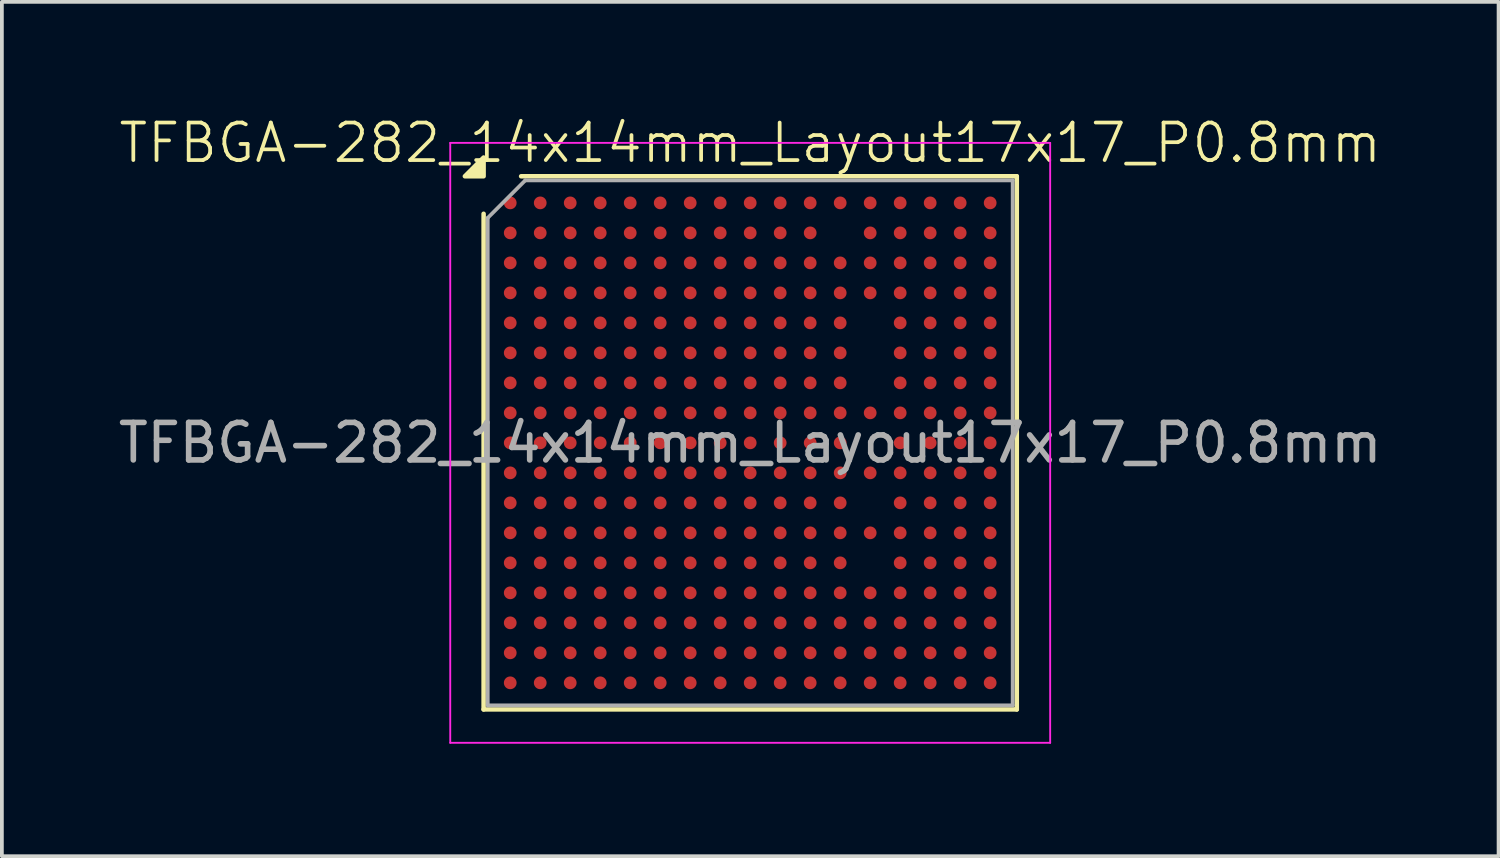
<source format=kicad_pcb>
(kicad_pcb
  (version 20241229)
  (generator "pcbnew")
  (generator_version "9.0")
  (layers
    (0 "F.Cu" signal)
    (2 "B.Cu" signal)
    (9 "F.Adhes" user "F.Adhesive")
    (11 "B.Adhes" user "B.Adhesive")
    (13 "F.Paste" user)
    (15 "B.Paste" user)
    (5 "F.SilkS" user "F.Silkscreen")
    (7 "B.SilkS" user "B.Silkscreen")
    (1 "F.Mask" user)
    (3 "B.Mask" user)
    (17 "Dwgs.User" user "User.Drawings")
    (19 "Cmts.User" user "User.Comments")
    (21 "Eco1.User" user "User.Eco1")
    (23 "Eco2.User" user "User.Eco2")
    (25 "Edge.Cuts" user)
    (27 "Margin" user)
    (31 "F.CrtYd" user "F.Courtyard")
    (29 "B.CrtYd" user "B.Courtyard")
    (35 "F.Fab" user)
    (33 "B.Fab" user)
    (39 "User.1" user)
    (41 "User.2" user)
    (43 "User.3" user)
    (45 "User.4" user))
  (footprint "TFBGA-282_14x14mm_Layout17x17_P0.8mm"
    (layer "F.Cu")
    (at 16.958 8.761)
    (property "Reference" "TFBGA-282_14x14mm_Layout17x17_P0.8mm" (at 0 -8 0) (unlocked yes) (layer "F.SilkS") (effects (font (size 1 1) (thickness 0.1))))
    (attr smd)
    (fp_line (start -7.11 7.11) (end -7.11 -6.11) (stroke (width 0.12) (type solid)) (layer "F.SilkS"))
    (fp_line (start -6.11 -7.11) (end 7.11 -7.11) (stroke (width 0.12) (type solid)) (layer "F.SilkS"))
    (fp_line (start 7.11 -7.11) (end 7.11 7.11) (stroke (width 0.12) (type solid)) (layer "F.SilkS"))
    (fp_line (start 7.11 7.11) (end -7.11 7.11) (stroke (width 0.12) (type solid)) (layer "F.SilkS"))
    (fp_poly (pts (xy -7.11 -7.11) (xy -7.61 -7.11) (xy -7.11 -7.61)) (stroke (width 0.12) (type solid)) (fill yes) (layer "F.SilkS"))
    (fp_line (start -8 -8) (end -8 8) (stroke (width 0.05) (type solid)) (layer "F.CrtYd"))
    (fp_line (start -8 8) (end 8 8) (stroke (width 0.05) (type solid)) (layer "F.CrtYd"))
    (fp_line (start 8 -8) (end -8 -8) (stroke (width 0.05) (type solid)) (layer "F.CrtYd"))
    (fp_line (start 8 8) (end 8 -8) (stroke (width 0.05) (type solid)) (layer "F.CrtYd"))
    (fp_line (start -7 -6) (end -6 -7) (stroke (width 0.1) (type solid)) (layer "F.Fab"))
    (fp_line (start -7 7) (end -7 -6) (stroke (width 0.1) (type solid)) (layer "F.Fab"))
    (fp_line (start -6 -7) (end 7 -7) (stroke (width 0.1) (type solid)) (layer "F.Fab"))
    (fp_line (start 7 -7) (end 7 7) (stroke (width 0.1) (type solid)) (layer "F.Fab"))
    (fp_line (start 7 7) (end -7 7) (stroke (width 0.1) (type solid)) (layer "F.Fab"))
    (fp_text user "${REFERENCE}" (at 0 0 0) (unlocked yes) (layer "F.Fab") (effects (font (size 1 1) (thickness 0.15))))
    (pad "A1" smd circle (at -6.4 -6.4) (size 0.34 0.34) (property pad_prop_bga) (layers "F.Cu" "F.Mask" "F.Paste"))
    (pad "A2" smd circle (at -5.6 -6.4) (size 0.34 0.34) (property pad_prop_bga) (layers "F.Cu" "F.Mask" "F.Paste"))
    (pad "A3" smd circle (at -4.8 -6.4) (size 0.34 0.34) (property pad_prop_bga) (layers "F.Cu" "F.Mask" "F.Paste"))
    (pad "A4" smd circle (at -4 -6.4) (size 0.34 0.34) (property pad_prop_bga) (layers "F.Cu" "F.Mask" "F.Paste"))
    (pad "A5" smd circle (at -3.2 -6.4) (size 0.34 0.34) (property pad_prop_bga) (layers "F.Cu" "F.Mask" "F.Paste"))
    (pad "A6" smd circle (at -2.4 -6.4) (size 0.34 0.34) (property pad_prop_bga) (layers "F.Cu" "F.Mask" "F.Paste"))
    (pad "A7" smd circle (at -1.6 -6.4) (size 0.34 0.34) (property pad_prop_bga) (layers "F.Cu" "F.Mask" "F.Paste"))
    (pad "A8" smd circle (at -0.8 -6.4) (size 0.34 0.34) (property pad_prop_bga) (layers "F.Cu" "F.Mask" "F.Paste"))
    (pad "A9" smd circle (at 0 -6.4) (size 0.34 0.34) (property pad_prop_bga) (layers "F.Cu" "F.Mask" "F.Paste"))
    (pad "A10" smd circle (at 0.8 -6.4) (size 0.34 0.34) (property pad_prop_bga) (layers "F.Cu" "F.Mask" "F.Paste"))
    (pad "A11" smd circle (at 1.6 -6.4) (size 0.34 0.34) (property pad_prop_bga) (layers "F.Cu" "F.Mask" "F.Paste"))
    (pad "A12" smd circle (at 2.4 -6.4) (size 0.34 0.34) (property pad_prop_bga) (layers "F.Cu" "F.Mask" "F.Paste"))
    (pad "A13" smd circle (at 3.2 -6.4) (size 0.34 0.34) (property pad_prop_bga) (layers "F.Cu" "F.Mask" "F.Paste"))
    (pad "A14" smd circle (at 4 -6.4) (size 0.34 0.34) (property pad_prop_bga) (layers "F.Cu" "F.Mask" "F.Paste"))
    (pad "A15" smd circle (at 4.8 -6.4) (size 0.34 0.34) (property pad_prop_bga) (layers "F.Cu" "F.Mask" "F.Paste"))
    (pad "A16" smd circle (at 5.6 -6.4) (size 0.34 0.34) (property pad_prop_bga) (layers "F.Cu" "F.Mask" "F.Paste"))
    (pad "A17" smd circle (at 6.4 -6.4) (size 0.34 0.34) (property pad_prop_bga) (layers "F.Cu" "F.Mask" "F.Paste"))
    (pad "B1" smd circle (at -6.4 -5.6) (size 0.34 0.34) (property pad_prop_bga) (layers "F.Cu" "F.Mask" "F.Paste"))
    (pad "B2" smd circle (at -5.6 -5.6) (size 0.34 0.34) (property pad_prop_bga) (layers "F.Cu" "F.Mask" "F.Paste"))
    (pad "B3" smd circle (at -4.8 -5.6) (size 0.34 0.34) (property pad_prop_bga) (layers "F.Cu" "F.Mask" "F.Paste"))
    (pad "B4" smd circle (at -4 -5.6) (size 0.34 0.34) (property pad_prop_bga) (layers "F.Cu" "F.Mask" "F.Paste"))
    (pad "B5" smd circle (at -3.2 -5.6) (size 0.34 0.34) (property pad_prop_bga) (layers "F.Cu" "F.Mask" "F.Paste"))
    (pad "B6" smd circle (at -2.4 -5.6) (size 0.34 0.34) (property pad_prop_bga) (layers "F.Cu" "F.Mask" "F.Paste"))
    (pad "B7" smd circle (at -1.6 -5.6) (size 0.34 0.34) (property pad_prop_bga) (layers "F.Cu" "F.Mask" "F.Paste"))
    (pad "B8" smd circle (at -0.8 -5.6) (size 0.34 0.34) (property pad_prop_bga) (layers "F.Cu" "F.Mask" "F.Paste"))
    (pad "B9" smd circle (at 0 -5.6) (size 0.34 0.34) (property pad_prop_bga) (layers "F.Cu" "F.Mask" "F.Paste"))
    (pad "B10" smd circle (at 0.8 -5.6) (size 0.34 0.34) (property pad_prop_bga) (layers "F.Cu" "F.Mask" "F.Paste"))
    (pad "B11" smd circle (at 1.6 -5.6) (size 0.34 0.34) (property pad_prop_bga) (layers "F.Cu" "F.Mask" "F.Paste"))
    (pad "B13" smd circle (at 3.2 -5.6) (size 0.34 0.34) (property pad_prop_bga) (layers "F.Cu" "F.Mask" "F.Paste"))
    (pad "B14" smd circle (at 4 -5.6) (size 0.34 0.34) (property pad_prop_bga) (layers "F.Cu" "F.Mask" "F.Paste"))
    (pad "B15" smd circle (at 4.8 -5.6) (size 0.34 0.34) (property pad_prop_bga) (layers "F.Cu" "F.Mask" "F.Paste"))
    (pad "B16" smd circle (at 5.6 -5.6) (size 0.34 0.34) (property pad_prop_bga) (layers "F.Cu" "F.Mask" "F.Paste"))
    (pad "B17" smd circle (at 6.4 -5.6) (size 0.34 0.34) (property pad_prop_bga) (layers "F.Cu" "F.Mask" "F.Paste"))
    (pad "C1" smd circle (at -6.4 -4.8) (size 0.34 0.34) (property pad_prop_bga) (layers "F.Cu" "F.Mask" "F.Paste"))
    (pad "C2" smd circle (at -5.6 -4.8) (size 0.34 0.34) (property pad_prop_bga) (layers "F.Cu" "F.Mask" "F.Paste"))
    (pad "C3" smd circle (at -4.8 -4.8) (size 0.34 0.34) (property pad_prop_bga) (layers "F.Cu" "F.Mask" "F.Paste"))
    (pad "C4" smd circle (at -4 -4.8) (size 0.34 0.34) (property pad_prop_bga) (layers "F.Cu" "F.Mask" "F.Paste"))
    (pad "C5" smd circle (at -3.2 -4.8) (size 0.34 0.34) (property pad_prop_bga) (layers "F.Cu" "F.Mask" "F.Paste"))
    (pad "C6" smd circle (at -2.4 -4.8) (size 0.34 0.34) (property pad_prop_bga) (layers "F.Cu" "F.Mask" "F.Paste"))
    (pad "C7" smd circle (at -1.6 -4.8) (size 0.34 0.34) (property pad_prop_bga) (layers "F.Cu" "F.Mask" "F.Paste"))
    (pad "C8" smd circle (at -0.8 -4.8) (size 0.34 0.34) (property pad_prop_bga) (layers "F.Cu" "F.Mask" "F.Paste"))
    (pad "C9" smd circle (at 0 -4.8) (size 0.34 0.34) (property pad_prop_bga) (layers "F.Cu" "F.Mask" "F.Paste"))
    (pad "C10" smd circle (at 0.8 -4.8) (size 0.34 0.34) (property pad_prop_bga) (layers "F.Cu" "F.Mask" "F.Paste"))
    (pad "C11" smd circle (at 1.6 -4.8) (size 0.34 0.34) (property pad_prop_bga) (layers "F.Cu" "F.Mask" "F.Paste"))
    (pad "C12" smd circle (at 2.4 -4.8) (size 0.34 0.34) (property pad_prop_bga) (layers "F.Cu" "F.Mask" "F.Paste"))
    (pad "C13" smd circle (at 3.2 -4.8) (size 0.34 0.34) (property pad_prop_bga) (layers "F.Cu" "F.Mask" "F.Paste"))
    (pad "C14" smd circle (at 4 -4.8) (size 0.34 0.34) (property pad_prop_bga) (layers "F.Cu" "F.Mask" "F.Paste"))
    (pad "C15" smd circle (at 4.8 -4.8) (size 0.34 0.34) (property pad_prop_bga) (layers "F.Cu" "F.Mask" "F.Paste"))
    (pad "C16" smd circle (at 5.6 -4.8) (size 0.34 0.34) (property pad_prop_bga) (layers "F.Cu" "F.Mask" "F.Paste"))
    (pad "C17" smd circle (at 6.4 -4.8) (size 0.34 0.34) (property pad_prop_bga) (layers "F.Cu" "F.Mask" "F.Paste"))
    (pad "D1" smd circle (at -6.4 -4) (size 0.34 0.34) (property pad_prop_bga) (layers "F.Cu" "F.Mask" "F.Paste"))
    (pad "D2" smd circle (at -5.6 -4) (size 0.34 0.34) (property pad_prop_bga) (layers "F.Cu" "F.Mask" "F.Paste"))
    (pad "D3" smd circle (at -4.8 -4) (size 0.34 0.34) (property pad_prop_bga) (layers "F.Cu" "F.Mask" "F.Paste"))
    (pad "D4" smd circle (at -4 -4) (size 0.34 0.34) (property pad_prop_bga) (layers "F.Cu" "F.Mask" "F.Paste"))
    (pad "D5" smd circle (at -3.2 -4) (size 0.34 0.34) (property pad_prop_bga) (layers "F.Cu" "F.Mask" "F.Paste"))
    (pad "D6" smd circle (at -2.4 -4) (size 0.34 0.34) (property pad_prop_bga) (layers "F.Cu" "F.Mask" "F.Paste"))
    (pad "D7" smd circle (at -1.6 -4) (size 0.34 0.34) (property pad_prop_bga) (layers "F.Cu" "F.Mask" "F.Paste"))
    (pad "D8" smd circle (at -0.8 -4) (size 0.34 0.34) (property pad_prop_bga) (layers "F.Cu" "F.Mask" "F.Paste"))
    (pad "D9" smd circle (at 0 -4) (size 0.34 0.34) (property pad_prop_bga) (layers "F.Cu" "F.Mask" "F.Paste"))
    (pad "D10" smd circle (at 0.8 -4) (size 0.34 0.34) (property pad_prop_bga) (layers "F.Cu" "F.Mask" "F.Paste"))
    (pad "D11" smd circle (at 1.6 -4) (size 0.34 0.34) (property pad_prop_bga) (layers "F.Cu" "F.Mask" "F.Paste"))
    (pad "D12" smd circle (at 2.4 -4) (size 0.34 0.34) (property pad_prop_bga) (layers "F.Cu" "F.Mask" "F.Paste"))
    (pad "D13" smd circle (at 3.2 -4) (size 0.34 0.34) (property pad_prop_bga) (layers "F.Cu" "F.Mask" "F.Paste"))
    (pad "D14" smd circle (at 4 -4) (size 0.34 0.34) (property pad_prop_bga) (layers "F.Cu" "F.Mask" "F.Paste"))
    (pad "D15" smd circle (at 4.8 -4) (size 0.34 0.34) (property pad_prop_bga) (layers "F.Cu" "F.Mask" "F.Paste"))
    (pad "D16" smd circle (at 5.6 -4) (size 0.34 0.34) (property pad_prop_bga) (layers "F.Cu" "F.Mask" "F.Paste"))
    (pad "D17" smd circle (at 6.4 -4) (size 0.34 0.34) (property pad_prop_bga) (layers "F.Cu" "F.Mask" "F.Paste"))
    (pad "E1" smd circle (at -6.4 -3.2) (size 0.34 0.34) (property pad_prop_bga) (layers "F.Cu" "F.Mask" "F.Paste"))
    (pad "E2" smd circle (at -5.6 -3.2) (size 0.34 0.34) (property pad_prop_bga) (layers "F.Cu" "F.Mask" "F.Paste"))
    (pad "E3" smd circle (at -4.8 -3.2) (size 0.34 0.34) (property pad_prop_bga) (layers "F.Cu" "F.Mask" "F.Paste"))
    (pad "E4" smd circle (at -4 -3.2) (size 0.34 0.34) (property pad_prop_bga) (layers "F.Cu" "F.Mask" "F.Paste"))
    (pad "E5" smd circle (at -3.2 -3.2) (size 0.34 0.34) (property pad_prop_bga) (layers "F.Cu" "F.Mask" "F.Paste"))
    (pad "E6" smd circle (at -2.4 -3.2) (size 0.34 0.34) (property pad_prop_bga) (layers "F.Cu" "F.Mask" "F.Paste"))
    (pad "E7" smd circle (at -1.6 -3.2) (size 0.34 0.34) (property pad_prop_bga) (layers "F.Cu" "F.Mask" "F.Paste"))
    (pad "E8" smd circle (at -0.8 -3.2) (size 0.34 0.34) (property pad_prop_bga) (layers "F.Cu" "F.Mask" "F.Paste"))
    (pad "E9" smd circle (at 0 -3.2) (size 0.34 0.34) (property pad_prop_bga) (layers "F.Cu" "F.Mask" "F.Paste"))
    (pad "E10" smd circle (at 0.8 -3.2) (size 0.34 0.34) (property pad_prop_bga) (layers "F.Cu" "F.Mask" "F.Paste"))
    (pad "E11" smd circle (at 1.6 -3.2) (size 0.34 0.34) (property pad_prop_bga) (layers "F.Cu" "F.Mask" "F.Paste"))
    (pad "E12" smd circle (at 2.4 -3.2) (size 0.34 0.34) (property pad_prop_bga) (layers "F.Cu" "F.Mask" "F.Paste"))
    (pad "E14" smd circle (at 4 -3.2) (size 0.34 0.34) (property pad_prop_bga) (layers "F.Cu" "F.Mask" "F.Paste"))
    (pad "E15" smd circle (at 4.8 -3.2) (size 0.34 0.34) (property pad_prop_bga) (layers "F.Cu" "F.Mask" "F.Paste"))
    (pad "E16" smd circle (at 5.6 -3.2) (size 0.34 0.34) (property pad_prop_bga) (layers "F.Cu" "F.Mask" "F.Paste"))
    (pad "E17" smd circle (at 6.4 -3.2) (size 0.34 0.34) (property pad_prop_bga) (layers "F.Cu" "F.Mask" "F.Paste"))
    (pad "F1" smd circle (at -6.4 -2.4) (size 0.34 0.34) (property pad_prop_bga) (layers "F.Cu" "F.Mask" "F.Paste"))
    (pad "F2" smd circle (at -5.6 -2.4) (size 0.34 0.34) (property pad_prop_bga) (layers "F.Cu" "F.Mask" "F.Paste"))
    (pad "F3" smd circle (at -4.8 -2.4) (size 0.34 0.34) (property pad_prop_bga) (layers "F.Cu" "F.Mask" "F.Paste"))
    (pad "F4" smd circle (at -4 -2.4) (size 0.34 0.34) (property pad_prop_bga) (layers "F.Cu" "F.Mask" "F.Paste"))
    (pad "F5" smd circle (at -3.2 -2.4) (size 0.34 0.34) (property pad_prop_bga) (layers "F.Cu" "F.Mask" "F.Paste"))
    (pad "F6" smd circle (at -2.4 -2.4) (size 0.34 0.34) (property pad_prop_bga) (layers "F.Cu" "F.Mask" "F.Paste"))
    (pad "F7" smd circle (at -1.6 -2.4) (size 0.34 0.34) (property pad_prop_bga) (layers "F.Cu" "F.Mask" "F.Paste"))
    (pad "F8" smd circle (at -0.8 -2.4) (size 0.34 0.34) (property pad_prop_bga) (layers "F.Cu" "F.Mask" "F.Paste"))
    (pad "F9" smd circle (at 0 -2.4) (size 0.34 0.34) (property pad_prop_bga) (layers "F.Cu" "F.Mask" "F.Paste"))
    (pad "F10" smd circle (at 0.8 -2.4) (size 0.34 0.34) (property pad_prop_bga) (layers "F.Cu" "F.Mask" "F.Paste"))
    (pad "F11" smd circle (at 1.6 -2.4) (size 0.34 0.34) (property pad_prop_bga) (layers "F.Cu" "F.Mask" "F.Paste"))
    (pad "F12" smd circle (at 2.4 -2.4) (size 0.34 0.34) (property pad_prop_bga) (layers "F.Cu" "F.Mask" "F.Paste"))
    (pad "F14" smd circle (at 4 -2.4) (size 0.34 0.34) (property pad_prop_bga) (layers "F.Cu" "F.Mask" "F.Paste"))
    (pad "F15" smd circle (at 4.8 -2.4) (size 0.34 0.34) (property pad_prop_bga) (layers "F.Cu" "F.Mask" "F.Paste"))
    (pad "F16" smd circle (at 5.6 -2.4) (size 0.34 0.34) (property pad_prop_bga) (layers "F.Cu" "F.Mask" "F.Paste"))
    (pad "F17" smd circle (at 6.4 -2.4) (size 0.34 0.34) (property pad_prop_bga) (layers "F.Cu" "F.Mask" "F.Paste"))
    (pad "G1" smd circle (at -6.4 -1.6) (size 0.34 0.34) (property pad_prop_bga) (layers "F.Cu" "F.Mask" "F.Paste"))
    (pad "G2" smd circle (at -5.6 -1.6) (size 0.34 0.34) (property pad_prop_bga) (layers "F.Cu" "F.Mask" "F.Paste"))
    (pad "G3" smd circle (at -4.8 -1.6) (size 0.34 0.34) (property pad_prop_bga) (layers "F.Cu" "F.Mask" "F.Paste"))
    (pad "G4" smd circle (at -4 -1.6) (size 0.34 0.34) (property pad_prop_bga) (layers "F.Cu" "F.Mask" "F.Paste"))
    (pad "G5" smd circle (at -3.2 -1.6) (size 0.34 0.34) (property pad_prop_bga) (layers "F.Cu" "F.Mask" "F.Paste"))
    (pad "G6" smd circle (at -2.4 -1.6) (size 0.34 0.34) (property pad_prop_bga) (layers "F.Cu" "F.Mask" "F.Paste"))
    (pad "G7" smd circle (at -1.6 -1.6) (size 0.34 0.34) (property pad_prop_bga) (layers "F.Cu" "F.Mask" "F.Paste"))
    (pad "G8" smd circle (at -0.8 -1.6) (size 0.34 0.34) (property pad_prop_bga) (layers "F.Cu" "F.Mask" "F.Paste"))
    (pad "G9" smd circle (at 0 -1.6) (size 0.34 0.34) (property pad_prop_bga) (layers "F.Cu" "F.Mask" "F.Paste"))
    (pad "G10" smd circle (at 0.8 -1.6) (size 0.34 0.34) (property pad_prop_bga) (layers "F.Cu" "F.Mask" "F.Paste"))
    (pad "G11" smd circle (at 1.6 -1.6) (size 0.34 0.34) (property pad_prop_bga) (layers "F.Cu" "F.Mask" "F.Paste"))
    (pad "G12" smd circle (at 2.4 -1.6) (size 0.34 0.34) (property pad_prop_bga) (layers "F.Cu" "F.Mask" "F.Paste"))
    (pad "G14" smd circle (at 4 -1.6) (size 0.34 0.34) (property pad_prop_bga) (layers "F.Cu" "F.Mask" "F.Paste"))
    (pad "G15" smd circle (at 4.8 -1.6) (size 0.34 0.34) (property pad_prop_bga) (layers "F.Cu" "F.Mask" "F.Paste"))
    (pad "G16" smd circle (at 5.6 -1.6) (size 0.34 0.34) (property pad_prop_bga) (layers "F.Cu" "F.Mask" "F.Paste"))
    (pad "G17" smd circle (at 6.4 -1.6) (size 0.34 0.34) (property pad_prop_bga) (layers "F.Cu" "F.Mask" "F.Paste"))
    (pad "H1" smd circle (at -6.4 -0.8) (size 0.34 0.34) (property pad_prop_bga) (layers "F.Cu" "F.Mask" "F.Paste"))
    (pad "H2" smd circle (at -5.6 -0.8) (size 0.34 0.34) (property pad_prop_bga) (layers "F.Cu" "F.Mask" "F.Paste"))
    (pad "H3" smd circle (at -4.8 -0.8) (size 0.34 0.34) (property pad_prop_bga) (layers "F.Cu" "F.Mask" "F.Paste"))
    (pad "H4" smd circle (at -4 -0.8) (size 0.34 0.34) (property pad_prop_bga) (layers "F.Cu" "F.Mask" "F.Paste"))
    (pad "H5" smd circle (at -3.2 -0.8) (size 0.34 0.34) (property pad_prop_bga) (layers "F.Cu" "F.Mask" "F.Paste"))
    (pad "H6" smd circle (at -2.4 -0.8) (size 0.34 0.34) (property pad_prop_bga) (layers "F.Cu" "F.Mask" "F.Paste"))
    (pad "H7" smd circle (at -1.6 -0.8) (size 0.34 0.34) (property pad_prop_bga) (layers "F.Cu" "F.Mask" "F.Paste"))
    (pad "H8" smd circle (at -0.8 -0.8) (size 0.34 0.34) (property pad_prop_bga) (layers "F.Cu" "F.Mask" "F.Paste"))
    (pad "H9" smd circle (at 0 -0.8) (size 0.34 0.34) (property pad_prop_bga) (layers "F.Cu" "F.Mask" "F.Paste"))
    (pad "H10" smd circle (at 0.8 -0.8) (size 0.34 0.34) (property pad_prop_bga) (layers "F.Cu" "F.Mask" "F.Paste"))
    (pad "H11" smd circle (at 1.6 -0.8) (size 0.34 0.34) (property pad_prop_bga) (layers "F.Cu" "F.Mask" "F.Paste"))
    (pad "H12" smd circle (at 2.4 -0.8) (size 0.34 0.34) (property pad_prop_bga) (layers "F.Cu" "F.Mask" "F.Paste"))
    (pad "H13" smd circle (at 3.2 -0.8) (size 0.34 0.34) (property pad_prop_bga) (layers "F.Cu" "F.Mask" "F.Paste"))
    (pad "H14" smd circle (at 4 -0.8) (size 0.34 0.34) (property pad_prop_bga) (layers "F.Cu" "F.Mask" "F.Paste"))
    (pad "H15" smd circle (at 4.8 -0.8) (size 0.34 0.34) (property pad_prop_bga) (layers "F.Cu" "F.Mask" "F.Paste"))
    (pad "H16" smd circle (at 5.6 -0.8) (size 0.34 0.34) (property pad_prop_bga) (layers "F.Cu" "F.Mask" "F.Paste"))
    (pad "H17" smd circle (at 6.4 -0.8) (size 0.34 0.34) (property pad_prop_bga) (layers "F.Cu" "F.Mask" "F.Paste"))
    (pad "J1" smd circle (at -6.4 0) (size 0.34 0.34) (property pad_prop_bga) (layers "F.Cu" "F.Mask" "F.Paste"))
    (pad "J2" smd circle (at -5.6 0) (size 0.34 0.34) (property pad_prop_bga) (layers "F.Cu" "F.Mask" "F.Paste"))
    (pad "J3" smd circle (at -4.8 0) (size 0.34 0.34) (property pad_prop_bga) (layers "F.Cu" "F.Mask" "F.Paste"))
    (pad "J4" smd circle (at -4 0) (size 0.34 0.34) (property pad_prop_bga) (layers "F.Cu" "F.Mask" "F.Paste"))
    (pad "J5" smd circle (at -3.2 0) (size 0.34 0.34) (property pad_prop_bga) (layers "F.Cu" "F.Mask" "F.Paste"))
    (pad "J6" smd circle (at -2.4 0) (size 0.34 0.34) (property pad_prop_bga) (layers "F.Cu" "F.Mask" "F.Paste"))
    (pad "J7" smd circle (at -1.6 0) (size 0.34 0.34) (property pad_prop_bga) (layers "F.Cu" "F.Mask" "F.Paste"))
    (pad "J8" smd circle (at -0.8 0) (size 0.34 0.34) (property pad_prop_bga) (layers "F.Cu" "F.Mask" "F.Paste"))
    (pad "J9" smd circle (at 0 0) (size 0.34 0.34) (property pad_prop_bga) (layers "F.Cu" "F.Mask" "F.Paste"))
    (pad "J10" smd circle (at 0.8 0) (size 0.34 0.34) (property pad_prop_bga) (layers "F.Cu" "F.Mask" "F.Paste"))
    (pad "J11" smd circle (at 1.6 0) (size 0.34 0.34) (property pad_prop_bga) (layers "F.Cu" "F.Mask" "F.Paste"))
    (pad "J12" smd circle (at 2.4 0) (size 0.34 0.34) (property pad_prop_bga) (layers "F.Cu" "F.Mask" "F.Paste"))
    (pad "J14" smd circle (at 4 0) (size 0.34 0.34) (property pad_prop_bga) (layers "F.Cu" "F.Mask" "F.Paste"))
    (pad "J15" smd circle (at 4.8 0) (size 0.34 0.34) (property pad_prop_bga) (layers "F.Cu" "F.Mask" "F.Paste"))
    (pad "J16" smd circle (at 5.6 0) (size 0.34 0.34) (property pad_prop_bga) (layers "F.Cu" "F.Mask" "F.Paste"))
    (pad "J17" smd circle (at 6.4 0) (size 0.34 0.34) (property pad_prop_bga) (layers "F.Cu" "F.Mask" "F.Paste"))
    (pad "K1" smd circle (at -6.4 0.8) (size 0.34 0.34) (property pad_prop_bga) (layers "F.Cu" "F.Mask" "F.Paste"))
    (pad "K2" smd circle (at -5.6 0.8) (size 0.34 0.34) (property pad_prop_bga) (layers "F.Cu" "F.Mask" "F.Paste"))
    (pad "K3" smd circle (at -4.8 0.8) (size 0.34 0.34) (property pad_prop_bga) (layers "F.Cu" "F.Mask" "F.Paste"))
    (pad "K4" smd circle (at -4 0.8) (size 0.34 0.34) (property pad_prop_bga) (layers "F.Cu" "F.Mask" "F.Paste"))
    (pad "K5" smd circle (at -3.2 0.8) (size 0.34 0.34) (property pad_prop_bga) (layers "F.Cu" "F.Mask" "F.Paste"))
    (pad "K6" smd circle (at -2.4 0.8) (size 0.34 0.34) (property pad_prop_bga) (layers "F.Cu" "F.Mask" "F.Paste"))
    (pad "K7" smd circle (at -1.6 0.8) (size 0.34 0.34) (property pad_prop_bga) (layers "F.Cu" "F.Mask" "F.Paste"))
    (pad "K8" smd circle (at -0.8 0.8) (size 0.34 0.34) (property pad_prop_bga) (layers "F.Cu" "F.Mask" "F.Paste"))
    (pad "K9" smd circle (at 0 0.8) (size 0.34 0.34) (property pad_prop_bga) (layers "F.Cu" "F.Mask" "F.Paste"))
    (pad "K10" smd circle (at 0.8 0.8) (size 0.34 0.34) (property pad_prop_bga) (layers "F.Cu" "F.Mask" "F.Paste"))
    (pad "K11" smd circle (at 1.6 0.8) (size 0.34 0.34) (property pad_prop_bga) (layers "F.Cu" "F.Mask" "F.Paste"))
    (pad "K12" smd circle (at 2.4 0.8) (size 0.34 0.34) (property pad_prop_bga) (layers "F.Cu" "F.Mask" "F.Paste"))
    (pad "K13" smd circle (at 3.2 0.8) (size 0.34 0.34) (property pad_prop_bga) (layers "F.Cu" "F.Mask" "F.Paste"))
    (pad "K14" smd circle (at 4 0.8) (size 0.34 0.34) (property pad_prop_bga) (layers "F.Cu" "F.Mask" "F.Paste"))
    (pad "K15" smd circle (at 4.8 0.8) (size 0.34 0.34) (property pad_prop_bga) (layers "F.Cu" "F.Mask" "F.Paste"))
    (pad "K16" smd circle (at 5.6 0.8) (size 0.34 0.34) (property pad_prop_bga) (layers "F.Cu" "F.Mask" "F.Paste"))
    (pad "K17" smd circle (at 6.4 0.8) (size 0.34 0.34) (property pad_prop_bga) (layers "F.Cu" "F.Mask" "F.Paste"))
    (pad "L1" smd circle (at -6.4 1.6) (size 0.34 0.34) (property pad_prop_bga) (layers "F.Cu" "F.Mask" "F.Paste"))
    (pad "L2" smd circle (at -5.6 1.6) (size 0.34 0.34) (property pad_prop_bga) (layers "F.Cu" "F.Mask" "F.Paste"))
    (pad "L3" smd circle (at -4.8 1.6) (size 0.34 0.34) (property pad_prop_bga) (layers "F.Cu" "F.Mask" "F.Paste"))
    (pad "L4" smd circle (at -4 1.6) (size 0.34 0.34) (property pad_prop_bga) (layers "F.Cu" "F.Mask" "F.Paste"))
    (pad "L5" smd circle (at -3.2 1.6) (size 0.34 0.34) (property pad_prop_bga) (layers "F.Cu" "F.Mask" "F.Paste"))
    (pad "L6" smd circle (at -2.4 1.6) (size 0.34 0.34) (property pad_prop_bga) (layers "F.Cu" "F.Mask" "F.Paste"))
    (pad "L7" smd circle (at -1.6 1.6) (size 0.34 0.34) (property pad_prop_bga) (layers "F.Cu" "F.Mask" "F.Paste"))
    (pad "L8" smd circle (at -0.8 1.6) (size 0.34 0.34) (property pad_prop_bga) (layers "F.Cu" "F.Mask" "F.Paste"))
    (pad "L9" smd circle (at 0 1.6) (size 0.34 0.34) (property pad_prop_bga) (layers "F.Cu" "F.Mask" "F.Paste"))
    (pad "L10" smd circle (at 0.8 1.6) (size 0.34 0.34) (property pad_prop_bga) (layers "F.Cu" "F.Mask" "F.Paste"))
    (pad "L11" smd circle (at 1.6 1.6) (size 0.34 0.34) (property pad_prop_bga) (layers "F.Cu" "F.Mask" "F.Paste"))
    (pad "L12" smd circle (at 2.4 1.6) (size 0.34 0.34) (property pad_prop_bga) (layers "F.Cu" "F.Mask" "F.Paste"))
    (pad "L14" smd circle (at 4 1.6) (size 0.34 0.34) (property pad_prop_bga) (layers "F.Cu" "F.Mask" "F.Paste"))
    (pad "L15" smd circle (at 4.8 1.6) (size 0.34 0.34) (property pad_prop_bga) (layers "F.Cu" "F.Mask" "F.Paste"))
    (pad "L16" smd circle (at 5.6 1.6) (size 0.34 0.34) (property pad_prop_bga) (layers "F.Cu" "F.Mask" "F.Paste"))
    (pad "L17" smd circle (at 6.4 1.6) (size 0.34 0.34) (property pad_prop_bga) (layers "F.Cu" "F.Mask" "F.Paste"))
    (pad "M1" smd circle (at -6.4 2.4) (size 0.34 0.34) (property pad_prop_bga) (layers "F.Cu" "F.Mask" "F.Paste"))
    (pad "M2" smd circle (at -5.6 2.4) (size 0.34 0.34) (property pad_prop_bga) (layers "F.Cu" "F.Mask" "F.Paste"))
    (pad "M3" smd circle (at -4.8 2.4) (size 0.34 0.34) (property pad_prop_bga) (layers "F.Cu" "F.Mask" "F.Paste"))
    (pad "M4" smd circle (at -4 2.4) (size 0.34 0.34) (property pad_prop_bga) (layers "F.Cu" "F.Mask" "F.Paste"))
    (pad "M5" smd circle (at -3.2 2.4) (size 0.34 0.34) (property pad_prop_bga) (layers "F.Cu" "F.Mask" "F.Paste"))
    (pad "M6" smd circle (at -2.4 2.4) (size 0.34 0.34) (property pad_prop_bga) (layers "F.Cu" "F.Mask" "F.Paste"))
    (pad "M7" smd circle (at -1.6 2.4) (size 0.34 0.34) (property pad_prop_bga) (layers "F.Cu" "F.Mask" "F.Paste"))
    (pad "M8" smd circle (at -0.8 2.4) (size 0.34 0.34) (property pad_prop_bga) (layers "F.Cu" "F.Mask" "F.Paste"))
    (pad "M9" smd circle (at 0 2.4) (size 0.34 0.34) (property pad_prop_bga) (layers "F.Cu" "F.Mask" "F.Paste"))
    (pad "M10" smd circle (at 0.8 2.4) (size 0.34 0.34) (property pad_prop_bga) (layers "F.Cu" "F.Mask" "F.Paste"))
    (pad "M11" smd circle (at 1.6 2.4) (size 0.34 0.34) (property pad_prop_bga) (layers "F.Cu" "F.Mask" "F.Paste"))
    (pad "M12" smd circle (at 2.4 2.4) (size 0.34 0.34) (property pad_prop_bga) (layers "F.Cu" "F.Mask" "F.Paste"))
    (pad "M13" smd circle (at 3.2 2.4) (size 0.34 0.34) (property pad_prop_bga) (layers "F.Cu" "F.Mask" "F.Paste"))
    (pad "M14" smd circle (at 4 2.4) (size 0.34 0.34) (property pad_prop_bga) (layers "F.Cu" "F.Mask" "F.Paste"))
    (pad "M15" smd circle (at 4.8 2.4) (size 0.34 0.34) (property pad_prop_bga) (layers "F.Cu" "F.Mask" "F.Paste"))
    (pad "M16" smd circle (at 5.6 2.4) (size 0.34 0.34) (property pad_prop_bga) (layers "F.Cu" "F.Mask" "F.Paste"))
    (pad "M17" smd circle (at 6.4 2.4) (size 0.34 0.34) (property pad_prop_bga) (layers "F.Cu" "F.Mask" "F.Paste"))
    (pad "N1" smd circle (at -6.4 3.2) (size 0.34 0.34) (property pad_prop_bga) (layers "F.Cu" "F.Mask" "F.Paste"))
    (pad "N2" smd circle (at -5.6 3.2) (size 0.34 0.34) (property pad_prop_bga) (layers "F.Cu" "F.Mask" "F.Paste"))
    (pad "N3" smd circle (at -4.8 3.2) (size 0.34 0.34) (property pad_prop_bga) (layers "F.Cu" "F.Mask" "F.Paste"))
    (pad "N4" smd circle (at -4 3.2) (size 0.34 0.34) (property pad_prop_bga) (layers "F.Cu" "F.Mask" "F.Paste"))
    (pad "N5" smd circle (at -3.2 3.2) (size 0.34 0.34) (property pad_prop_bga) (layers "F.Cu" "F.Mask" "F.Paste"))
    (pad "N6" smd circle (at -2.4 3.2) (size 0.34 0.34) (property pad_prop_bga) (layers "F.Cu" "F.Mask" "F.Paste"))
    (pad "N7" smd circle (at -1.6 3.2) (size 0.34 0.34) (property pad_prop_bga) (layers "F.Cu" "F.Mask" "F.Paste"))
    (pad "N8" smd circle (at -0.8 3.2) (size 0.34 0.34) (property pad_prop_bga) (layers "F.Cu" "F.Mask" "F.Paste"))
    (pad "N9" smd circle (at 0 3.2) (size 0.34 0.34) (property pad_prop_bga) (layers "F.Cu" "F.Mask" "F.Paste"))
    (pad "N10" smd circle (at 0.8 3.2) (size 0.34 0.34) (property pad_prop_bga) (layers "F.Cu" "F.Mask" "F.Paste"))
    (pad "N11" smd circle (at 1.6 3.2) (size 0.34 0.34) (property pad_prop_bga) (layers "F.Cu" "F.Mask" "F.Paste"))
    (pad "N12" smd circle (at 2.4 3.2) (size 0.34 0.34) (property pad_prop_bga) (layers "F.Cu" "F.Mask" "F.Paste"))
    (pad "N14" smd circle (at 4 3.2) (size 0.34 0.34) (property pad_prop_bga) (layers "F.Cu" "F.Mask" "F.Paste"))
    (pad "N15" smd circle (at 4.8 3.2) (size 0.34 0.34) (property pad_prop_bga) (layers "F.Cu" "F.Mask" "F.Paste"))
    (pad "N16" smd circle (at 5.6 3.2) (size 0.34 0.34) (property pad_prop_bga) (layers "F.Cu" "F.Mask" "F.Paste"))
    (pad "N17" smd circle (at 6.4 3.2) (size 0.34 0.34) (property pad_prop_bga) (layers "F.Cu" "F.Mask" "F.Paste"))
    (pad "P1" smd circle (at -6.4 4) (size 0.34 0.34) (property pad_prop_bga) (layers "F.Cu" "F.Mask" "F.Paste"))
    (pad "P2" smd circle (at -5.6 4) (size 0.34 0.34) (property pad_prop_bga) (layers "F.Cu" "F.Mask" "F.Paste"))
    (pad "P3" smd circle (at -4.8 4) (size 0.34 0.34) (property pad_prop_bga) (layers "F.Cu" "F.Mask" "F.Paste"))
    (pad "P4" smd circle (at -4 4) (size 0.34 0.34) (property pad_prop_bga) (layers "F.Cu" "F.Mask" "F.Paste"))
    (pad "P5" smd circle (at -3.2 4) (size 0.34 0.34) (property pad_prop_bga) (layers "F.Cu" "F.Mask" "F.Paste"))
    (pad "P6" smd circle (at -2.4 4) (size 0.34 0.34) (property pad_prop_bga) (layers "F.Cu" "F.Mask" "F.Paste"))
    (pad "P7" smd circle (at -1.6 4) (size 0.34 0.34) (property pad_prop_bga) (layers "F.Cu" "F.Mask" "F.Paste"))
    (pad "P8" smd circle (at -0.8 4) (size 0.34 0.34) (property pad_prop_bga) (layers "F.Cu" "F.Mask" "F.Paste"))
    (pad "P9" smd circle (at 0 4) (size 0.34 0.34) (property pad_prop_bga) (layers "F.Cu" "F.Mask" "F.Paste"))
    (pad "P10" smd circle (at 0.8 4) (size 0.34 0.34) (property pad_prop_bga) (layers "F.Cu" "F.Mask" "F.Paste"))
    (pad "P11" smd circle (at 1.6 4) (size 0.34 0.34) (property pad_prop_bga) (layers "F.Cu" "F.Mask" "F.Paste"))
    (pad "P12" smd circle (at 2.4 4) (size 0.34 0.34) (property pad_prop_bga) (layers "F.Cu" "F.Mask" "F.Paste"))
    (pad "P13" smd circle (at 3.2 4) (size 0.34 0.34) (property pad_prop_bga) (layers "F.Cu" "F.Mask" "F.Paste"))
    (pad "P14" smd circle (at 4 4) (size 0.34 0.34) (property pad_prop_bga) (layers "F.Cu" "F.Mask" "F.Paste"))
    (pad "P15" smd circle (at 4.8 4) (size 0.34 0.34) (property pad_prop_bga) (layers "F.Cu" "F.Mask" "F.Paste"))
    (pad "P16" smd circle (at 5.6 4) (size 0.34 0.34) (property pad_prop_bga) (layers "F.Cu" "F.Mask" "F.Paste"))
    (pad "P17" smd circle (at 6.4 4) (size 0.34 0.34) (property pad_prop_bga) (layers "F.Cu" "F.Mask" "F.Paste"))
    (pad "R1" smd circle (at -6.4 4.8) (size 0.34 0.34) (property pad_prop_bga) (layers "F.Cu" "F.Mask" "F.Paste"))
    (pad "R2" smd circle (at -5.6 4.8) (size 0.34 0.34) (property pad_prop_bga) (layers "F.Cu" "F.Mask" "F.Paste"))
    (pad "R3" smd circle (at -4.8 4.8) (size 0.34 0.34) (property pad_prop_bga) (layers "F.Cu" "F.Mask" "F.Paste"))
    (pad "R4" smd circle (at -4 4.8) (size 0.34 0.34) (property pad_prop_bga) (layers "F.Cu" "F.Mask" "F.Paste"))
    (pad "R5" smd circle (at -3.2 4.8) (size 0.34 0.34) (property pad_prop_bga) (layers "F.Cu" "F.Mask" "F.Paste"))
    (pad "R6" smd circle (at -2.4 4.8) (size 0.34 0.34) (property pad_prop_bga) (layers "F.Cu" "F.Mask" "F.Paste"))
    (pad "R7" smd circle (at -1.6 4.8) (size 0.34 0.34) (property pad_prop_bga) (layers "F.Cu" "F.Mask" "F.Paste"))
    (pad "R8" smd circle (at -0.8 4.8) (size 0.34 0.34) (property pad_prop_bga) (layers "F.Cu" "F.Mask" "F.Paste"))
    (pad "R9" smd circle (at 0 4.8) (size 0.34 0.34) (property pad_prop_bga) (layers "F.Cu" "F.Mask" "F.Paste"))
    (pad "R10" smd circle (at 0.8 4.8) (size 0.34 0.34) (property pad_prop_bga) (layers "F.Cu" "F.Mask" "F.Paste"))
    (pad "R11" smd circle (at 1.6 4.8) (size 0.34 0.34) (property pad_prop_bga) (layers "F.Cu" "F.Mask" "F.Paste"))
    (pad "R12" smd circle (at 2.4 4.8) (size 0.34 0.34) (property pad_prop_bga) (layers "F.Cu" "F.Mask" "F.Paste"))
    (pad "R13" smd circle (at 3.2 4.8) (size 0.34 0.34) (property pad_prop_bga) (layers "F.Cu" "F.Mask" "F.Paste"))
    (pad "R14" smd circle (at 4 4.8) (size 0.34 0.34) (property pad_prop_bga) (layers "F.Cu" "F.Mask" "F.Paste"))
    (pad "R15" smd circle (at 4.8 4.8) (size 0.34 0.34) (property pad_prop_bga) (layers "F.Cu" "F.Mask" "F.Paste"))
    (pad "R16" smd circle (at 5.6 4.8) (size 0.34 0.34) (property pad_prop_bga) (layers "F.Cu" "F.Mask" "F.Paste"))
    (pad "R17" smd circle (at 6.4 4.8) (size 0.34 0.34) (property pad_prop_bga) (layers "F.Cu" "F.Mask" "F.Paste"))
    (pad "T1" smd circle (at -6.4 5.6) (size 0.34 0.34) (property pad_prop_bga) (layers "F.Cu" "F.Mask" "F.Paste"))
    (pad "T2" smd circle (at -5.6 5.6) (size 0.34 0.34) (property pad_prop_bga) (layers "F.Cu" "F.Mask" "F.Paste"))
    (pad "T3" smd circle (at -4.8 5.6) (size 0.34 0.34) (property pad_prop_bga) (layers "F.Cu" "F.Mask" "F.Paste"))
    (pad "T4" smd circle (at -4 5.6) (size 0.34 0.34) (property pad_prop_bga) (layers "F.Cu" "F.Mask" "F.Paste"))
    (pad "T5" smd circle (at -3.2 5.6) (size 0.34 0.34) (property pad_prop_bga) (layers "F.Cu" "F.Mask" "F.Paste"))
    (pad "T6" smd circle (at -2.4 5.6) (size 0.34 0.34) (property pad_prop_bga) (layers "F.Cu" "F.Mask" "F.Paste"))
    (pad "T7" smd circle (at -1.6 5.6) (size 0.34 0.34) (property pad_prop_bga) (layers "F.Cu" "F.Mask" "F.Paste"))
    (pad "T8" smd circle (at -0.8 5.6) (size 0.34 0.34) (property pad_prop_bga) (layers "F.Cu" "F.Mask" "F.Paste"))
    (pad "T9" smd circle (at 0 5.6) (size 0.34 0.34) (property pad_prop_bga) (layers "F.Cu" "F.Mask" "F.Paste"))
    (pad "T10" smd circle (at 0.8 5.6) (size 0.34 0.34) (property pad_prop_bga) (layers "F.Cu" "F.Mask" "F.Paste"))
    (pad "T11" smd circle (at 1.6 5.6) (size 0.34 0.34) (property pad_prop_bga) (layers "F.Cu" "F.Mask" "F.Paste"))
    (pad "T12" smd circle (at 2.4 5.6) (size 0.34 0.34) (property pad_prop_bga) (layers "F.Cu" "F.Mask" "F.Paste"))
    (pad "T13" smd circle (at 3.2 5.6) (size 0.34 0.34) (property pad_prop_bga) (layers "F.Cu" "F.Mask" "F.Paste"))
    (pad "T14" smd circle (at 4 5.6) (size 0.34 0.34) (property pad_prop_bga) (layers "F.Cu" "F.Mask" "F.Paste"))
    (pad "T15" smd circle (at 4.8 5.6) (size 0.34 0.34) (property pad_prop_bga) (layers "F.Cu" "F.Mask" "F.Paste"))
    (pad "T16" smd circle (at 5.6 5.6) (size 0.34 0.34) (property pad_prop_bga) (layers "F.Cu" "F.Mask" "F.Paste"))
    (pad "T17" smd circle (at 6.4 5.6) (size 0.34 0.34) (property pad_prop_bga) (layers "F.Cu" "F.Mask" "F.Paste"))
    (pad "U1" smd circle (at -6.4 6.4) (size 0.34 0.34) (property pad_prop_bga) (layers "F.Cu" "F.Mask" "F.Paste"))
    (pad "U2" smd circle (at -5.6 6.4) (size 0.34 0.34) (property pad_prop_bga) (layers "F.Cu" "F.Mask" "F.Paste"))
    (pad "U3" smd circle (at -4.8 6.4) (size 0.34 0.34) (property pad_prop_bga) (layers "F.Cu" "F.Mask" "F.Paste"))
    (pad "U4" smd circle (at -4 6.4) (size 0.34 0.34) (property pad_prop_bga) (layers "F.Cu" "F.Mask" "F.Paste"))
    (pad "U5" smd circle (at -3.2 6.4) (size 0.34 0.34) (property pad_prop_bga) (layers "F.Cu" "F.Mask" "F.Paste"))
    (pad "U6" smd circle (at -2.4 6.4) (size 0.34 0.34) (property pad_prop_bga) (layers "F.Cu" "F.Mask" "F.Paste"))
    (pad "U7" smd circle (at -1.6 6.4) (size 0.34 0.34) (property pad_prop_bga) (layers "F.Cu" "F.Mask" "F.Paste"))
    (pad "U8" smd circle (at -0.8 6.4) (size 0.34 0.34) (property pad_prop_bga) (layers "F.Cu" "F.Mask" "F.Paste"))
    (pad "U9" smd circle (at 0 6.4) (size 0.34 0.34) (property pad_prop_bga) (layers "F.Cu" "F.Mask" "F.Paste"))
    (pad "U10" smd circle (at 0.8 6.4) (size 0.34 0.34) (property pad_prop_bga) (layers "F.Cu" "F.Mask" "F.Paste"))
    (pad "U11" smd circle (at 1.6 6.4) (size 0.34 0.34) (property pad_prop_bga) (layers "F.Cu" "F.Mask" "F.Paste"))
    (pad "U12" smd circle (at 2.4 6.4) (size 0.34 0.34) (property pad_prop_bga) (layers "F.Cu" "F.Mask" "F.Paste"))
    (pad "U13" smd circle (at 3.2 6.4) (size 0.34 0.34) (property pad_prop_bga) (layers "F.Cu" "F.Mask" "F.Paste"))
    (pad "U14" smd circle (at 4 6.4) (size 0.34 0.34) (property pad_prop_bga) (layers "F.Cu" "F.Mask" "F.Paste"))
    (pad "U15" smd circle (at 4.8 6.4) (size 0.34 0.34) (property pad_prop_bga) (layers "F.Cu" "F.Mask" "F.Paste"))
    (pad "U16" smd circle (at 5.6 6.4) (size 0.34 0.34) (property pad_prop_bga) (layers "F.Cu" "F.Mask" "F.Paste"))
    (pad "U17" smd circle (at 6.4 6.4) (size 0.34 0.34) (property pad_prop_bga) (layers "F.Cu" "F.Mask" "F.Paste")))
  (gr_rect
    (start -3 -3)
    (end 36.917 19.785)
    (stroke (width 0.1) (type default))
    (fill no)
    (layer "Edge.Cuts")))
</source>
